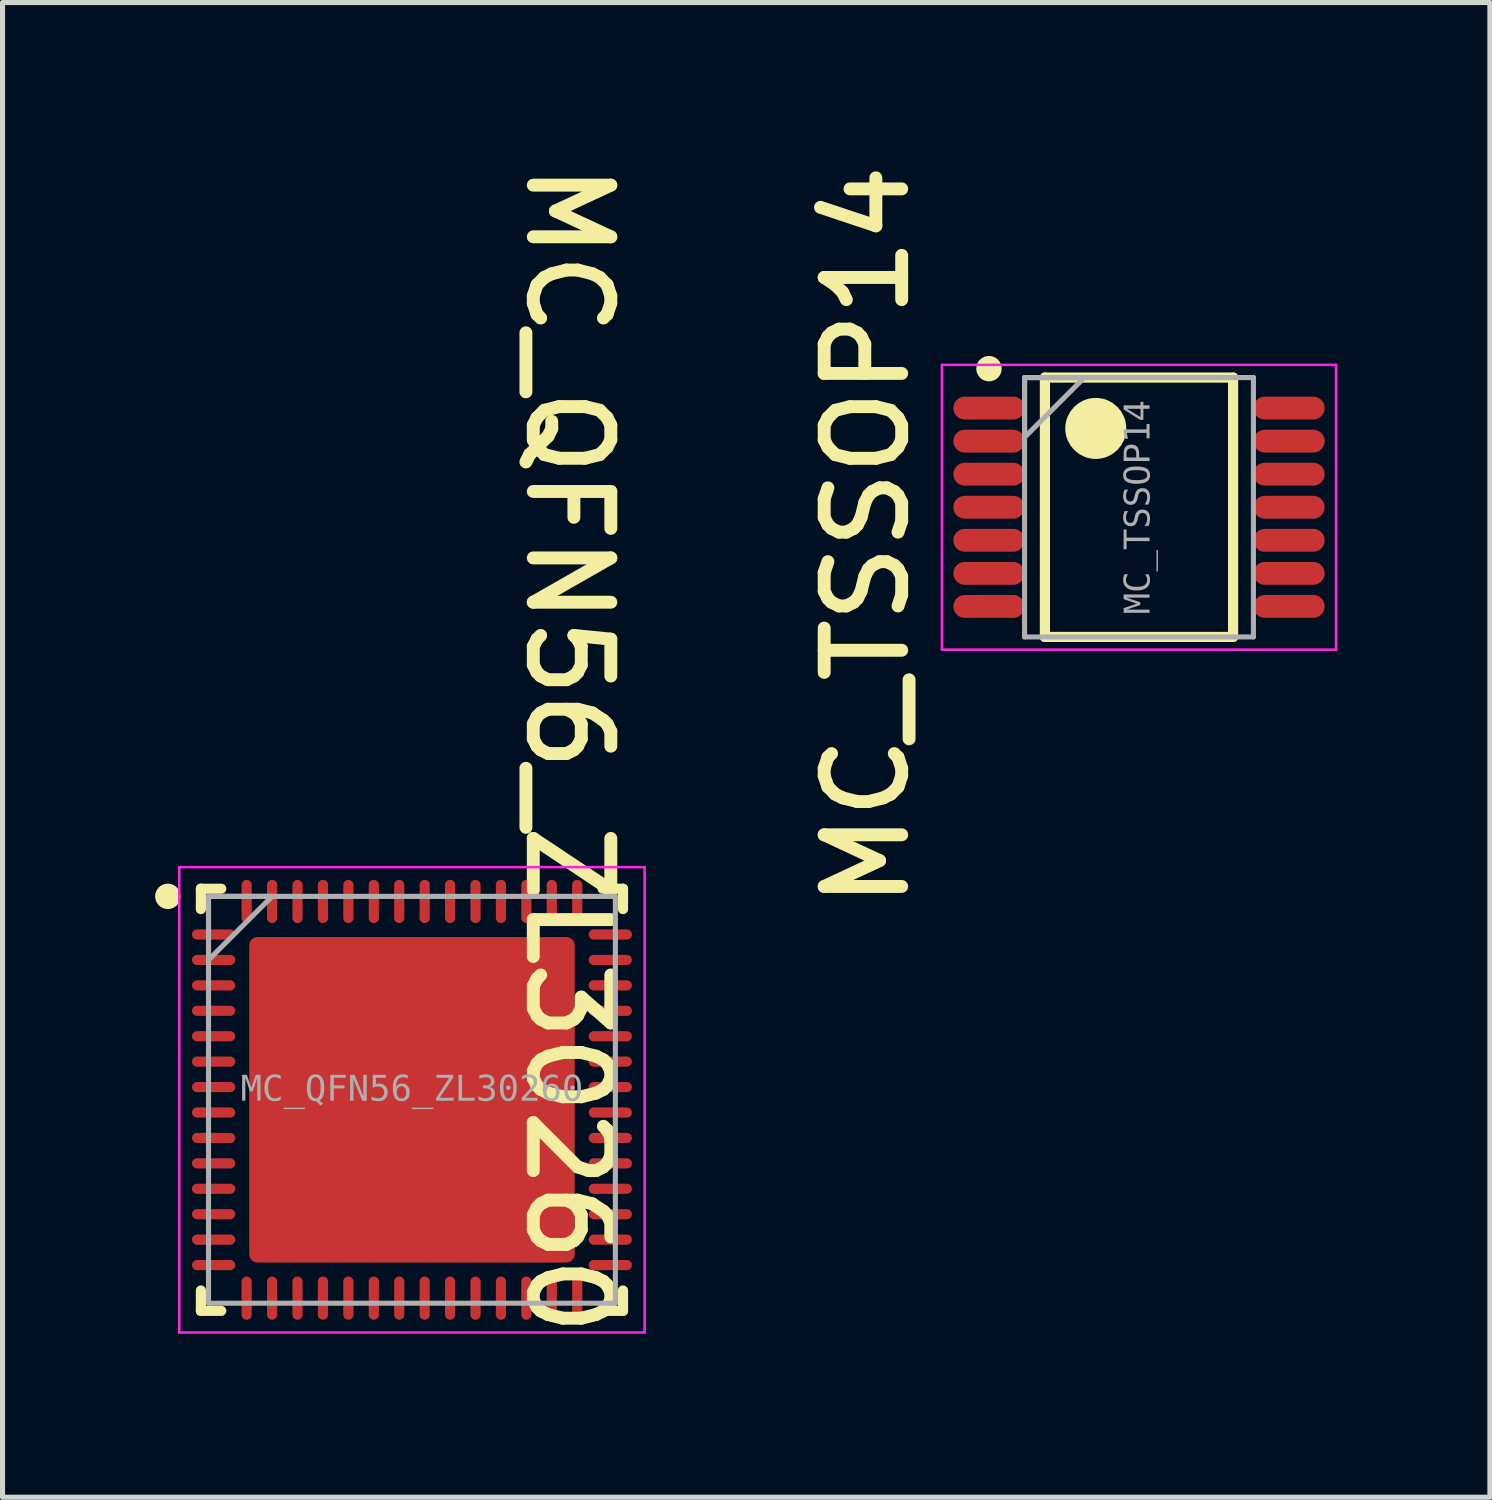
<source format=kicad_pcb>
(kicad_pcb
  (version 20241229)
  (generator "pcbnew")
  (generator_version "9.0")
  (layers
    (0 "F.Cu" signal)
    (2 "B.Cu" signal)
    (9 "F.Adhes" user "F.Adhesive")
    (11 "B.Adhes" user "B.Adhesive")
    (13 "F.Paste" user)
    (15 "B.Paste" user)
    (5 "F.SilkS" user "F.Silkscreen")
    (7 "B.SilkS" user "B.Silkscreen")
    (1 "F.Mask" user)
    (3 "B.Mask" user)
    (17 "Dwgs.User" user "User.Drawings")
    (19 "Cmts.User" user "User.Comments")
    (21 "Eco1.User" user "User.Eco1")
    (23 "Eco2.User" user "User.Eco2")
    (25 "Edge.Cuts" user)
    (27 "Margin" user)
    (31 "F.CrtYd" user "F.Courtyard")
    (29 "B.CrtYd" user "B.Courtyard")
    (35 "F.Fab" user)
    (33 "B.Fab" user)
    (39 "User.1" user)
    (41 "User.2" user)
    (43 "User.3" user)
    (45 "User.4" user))
  (footprint "MC_QFN56_ZL30260"
    (layer "F.Cu")
    (at 5.05 18.575)
    (property "Reference" "MC_QFN56_ZL30260" (at 3.078 -6.881 270) (unlocked yes) (layer "F.SilkS") (effects (font (size 1.524 1.524) (thickness 0.254))))
    (fp_line (start -4.15 -4.15) (end -4.15 -3.75) (stroke (width 0.2) (type solid)) (layer "F.SilkS"))
    (fp_line (start -4.15 -4.15) (end -3.75 -4.15) (stroke (width 0.2) (type solid)) (layer "F.SilkS"))
    (fp_line (start -4.15 3.75) (end -4.15 4.15) (stroke (width 0.2) (type solid)) (layer "F.SilkS"))
    (fp_line (start -4.15 4.15) (end -3.75 4.15) (stroke (width 0.2) (type solid)) (layer "F.SilkS"))
    (fp_line (start 3.75 -4.15) (end 4.15 -4.15) (stroke (width 0.2) (type solid)) (layer "F.SilkS"))
    (fp_line (start 3.75 4.15) (end 4.15 4.15) (stroke (width 0.2) (type solid)) (layer "F.SilkS"))
    (fp_line (start 4.15 -4.15) (end 4.15 -3.75) (stroke (width 0.2) (type solid)) (layer "F.SilkS"))
    (fp_line (start 4.15 3.75) (end 4.15 4.15) (stroke (width 0.2) (type solid)) (layer "F.SilkS"))
    (fp_circle (center -4.8 -4) (end -4.675 -4) (stroke (width 0.25) (type solid)) (fill no) (layer "F.SilkS"))
    (fp_poly (pts (xy -1.2 -3.1) (xy -3.1 -3.1) (xy -3.1 -1.2) (xy -1.2 -1.2)) (stroke (width 0) (type default)) (fill yes) (layer "F.Paste"))
    (fp_poly (pts (xy -1.2 -0.95) (xy -1.2 0.95) (xy -3.1 0.95) (xy -3.1 -0.95)) (stroke (width 0) (type default)) (fill yes) (layer "F.Paste"))
    (fp_poly (pts (xy -1.2 3.1) (xy -3.1 3.1) (xy -3.1 1.2) (xy -1.2 1.2)) (stroke (width 0) (type default)) (fill yes) (layer "F.Paste"))
    (fp_poly (pts (xy -0.95 -1.2) (xy 0.95 -1.2) (xy 0.95 -3.1) (xy -0.95 -3.1)) (stroke (width 0) (type default)) (fill yes) (layer "F.Paste"))
    (fp_poly (pts (xy -0.95 1.2) (xy 0.95 1.2) (xy 0.95 3.1) (xy -0.95 3.1)) (stroke (width 0) (type default)) (fill yes) (layer "F.Paste"))
    (fp_poly (pts (xy 0.95 -0.95) (xy 0.95 0.95) (xy -0.95 0.95) (xy -0.95 -0.95)) (stroke (width 0) (type default)) (fill yes) (layer "F.Paste"))
    (fp_poly (pts (xy 1.2 -3.1) (xy 3.1 -3.1) (xy 3.1 -1.2) (xy 1.2 -1.2)) (stroke (width 0) (type default)) (fill yes) (layer "F.Paste"))
    (fp_poly (pts (xy 1.2 3.1) (xy 3.1 3.1) (xy 3.1 1.2) (xy 1.2 1.2)) (stroke (width 0) (type default)) (fill yes) (layer "F.Paste"))
    (fp_poly (pts (xy 3.1 -0.95) (xy 3.1 0.95) (xy 1.2 0.95) (xy 1.2 -0.95)) (stroke (width 0) (type default)) (fill yes) (layer "F.Paste"))
    (fp_line (start -4.575 -4.575) (end -4.575 4.575) (stroke (width 0.05) (type solid)) (layer "F.CrtYd"))
    (fp_line (start -4.575 -4.575) (end 4.575 -4.575) (stroke (width 0.05) (type solid)) (layer "F.CrtYd"))
    (fp_line (start -4.575 4.575) (end 4.575 4.575) (stroke (width 0.05) (type solid)) (layer "F.CrtYd"))
    (fp_line (start 4.575 -4.575) (end 4.575 4.575) (stroke (width 0.05) (type solid)) (layer "F.CrtYd"))
    (fp_line (start -4 -4) (end -4 4) (stroke (width 0.1) (type solid)) (layer "F.Fab"))
    (fp_line (start -4 -4) (end 4 -4) (stroke (width 0.1) (type solid)) (layer "F.Fab"))
    (fp_line (start -4 4) (end 4 4) (stroke (width 0.1) (type solid)) (layer "F.Fab"))
    (fp_line (start 4 -4) (end 4 4) (stroke (width 0.1) (type solid)) (layer "F.Fab"))
    (fp_poly (pts (xy -4 -2.75) (xy -2.75 -4) (xy -4 -4)) (stroke (width 0.1) (type default)) (fill no) (layer "F.Fab"))
    (fp_line (start -0.5 0) (end 0.5 0) (stroke (width 0.1) (type solid)) (layer "User.1"))
    (fp_line (start 0 -0.5) (end 0 0.5) (stroke (width 0.1) (type solid)) (layer "User.1"))
    (fp_text user "${REFERENCE}" (at -0.000005 -0.189 0) (unlocked yes) (layer "F.Fab") (effects (font (face "Consolas") (size 0.5 0.5) (thickness 0.254))))
    (pad "1" smd oval (at -3.9 -3.25 90) (size 0.2 0.85) (layers "F.Cu" "F.Mask" "F.Paste"))
    (pad "2" smd oval (at -3.9 -2.75 90) (size 0.2 0.85) (layers "F.Cu" "F.Mask" "F.Paste"))
    (pad "3" smd oval (at -3.9 -2.25 90) (size 0.2 0.85) (layers "F.Cu" "F.Mask" "F.Paste"))
    (pad "4" smd oval (at -3.9 -1.75 90) (size 0.2 0.85) (layers "F.Cu" "F.Mask" "F.Paste"))
    (pad "5" smd oval (at -3.9 -1.25 90) (size 0.2 0.85) (layers "F.Cu" "F.Mask" "F.Paste"))
    (pad "6" smd oval (at -3.9 -0.75 90) (size 0.2 0.85) (layers "F.Cu" "F.Mask" "F.Paste"))
    (pad "7" smd oval (at -3.9 -0.25 90) (size 0.2 0.85) (layers "F.Cu" "F.Mask" "F.Paste"))
    (pad "8" smd oval (at -3.9 0.25 90) (size 0.2 0.85) (layers "F.Cu" "F.Mask" "F.Paste"))
    (pad "9" smd oval (at -3.9 0.75 90) (size 0.2 0.85) (layers "F.Cu" "F.Mask" "F.Paste"))
    (pad "10" smd oval (at -3.9 1.25 90) (size 0.2 0.85) (layers "F.Cu" "F.Mask" "F.Paste"))
    (pad "11" smd oval (at -3.9 1.75 90) (size 0.2 0.85) (layers "F.Cu" "F.Mask" "F.Paste"))
    (pad "12" smd oval (at -3.9 2.25 90) (size 0.2 0.85) (layers "F.Cu" "F.Mask" "F.Paste"))
    (pad "13" smd oval (at -3.9 2.75 90) (size 0.2 0.85) (layers "F.Cu" "F.Mask" "F.Paste"))
    (pad "14" smd oval (at -3.9 3.25 90) (size 0.2 0.85) (layers "F.Cu" "F.Mask" "F.Paste"))
    (pad "15" smd oval (at -3.25 3.9) (size 0.2 0.85) (layers "F.Cu" "F.Mask" "F.Paste"))
    (pad "16" smd oval (at -2.75 3.9) (size 0.2 0.85) (layers "F.Cu" "F.Mask" "F.Paste"))
    (pad "17" smd oval (at -2.25 3.9) (size 0.2 0.85) (layers "F.Cu" "F.Mask" "F.Paste"))
    (pad "18" smd oval (at -1.75 3.9) (size 0.2 0.85) (layers "F.Cu" "F.Mask" "F.Paste"))
    (pad "19" smd oval (at -1.25 3.9) (size 0.2 0.85) (layers "F.Cu" "F.Mask" "F.Paste"))
    (pad "20" smd oval (at -0.75 3.9) (size 0.2 0.85) (layers "F.Cu" "F.Mask" "F.Paste"))
    (pad "21" smd oval (at -0.25 3.9) (size 0.2 0.85) (layers "F.Cu" "F.Mask" "F.Paste"))
    (pad "22" smd oval (at 0.25 3.9) (size 0.2 0.85) (layers "F.Cu" "F.Mask" "F.Paste"))
    (pad "23" smd oval (at 0.75 3.9) (size 0.2 0.85) (layers "F.Cu" "F.Mask" "F.Paste"))
    (pad "24" smd oval (at 1.25 3.9) (size 0.2 0.85) (layers "F.Cu" "F.Mask" "F.Paste"))
    (pad "25" smd oval (at 1.75 3.9) (size 0.2 0.85) (layers "F.Cu" "F.Mask" "F.Paste"))
    (pad "26" smd oval (at 2.25 3.9) (size 0.2 0.85) (layers "F.Cu" "F.Mask" "F.Paste"))
    (pad "27" smd oval (at 2.75 3.9) (size 0.2 0.85) (layers "F.Cu" "F.Mask" "F.Paste"))
    (pad "28" smd oval (at 3.25 3.9) (size 0.2 0.85) (layers "F.Cu" "F.Mask" "F.Paste"))
    (pad "29" smd oval (at 3.9 3.25 90) (size 0.2 0.85) (layers "F.Cu" "F.Mask" "F.Paste"))
    (pad "30" smd oval (at 3.9 2.75 90) (size 0.2 0.85) (layers "F.Cu" "F.Mask" "F.Paste"))
    (pad "31" smd oval (at 3.9 2.25 90) (size 0.2 0.85) (layers "F.Cu" "F.Mask" "F.Paste"))
    (pad "32" smd oval (at 3.9 1.75 90) (size 0.2 0.85) (layers "F.Cu" "F.Mask" "F.Paste"))
    (pad "33" smd oval (at 3.9 1.25 90) (size 0.2 0.85) (layers "F.Cu" "F.Mask" "F.Paste"))
    (pad "34" smd oval (at 3.9 0.75 90) (size 0.2 0.85) (layers "F.Cu" "F.Mask" "F.Paste"))
    (pad "35" smd oval (at 3.9 0.25 90) (size 0.2 0.85) (layers "F.Cu" "F.Mask" "F.Paste"))
    (pad "36" smd oval (at 3.9 -0.25 90) (size 0.2 0.85) (layers "F.Cu" "F.Mask" "F.Paste"))
    (pad "37" smd oval (at 3.9 -0.75 90) (size 0.2 0.85) (layers "F.Cu" "F.Mask" "F.Paste"))
    (pad "38" smd oval (at 3.9 -1.25 90) (size 0.2 0.85) (layers "F.Cu" "F.Mask" "F.Paste"))
    (pad "39" smd oval (at 3.9 -1.75 90) (size 0.2 0.85) (layers "F.Cu" "F.Mask" "F.Paste"))
    (pad "40" smd oval (at 3.9 -2.25 90) (size 0.2 0.85) (layers "F.Cu" "F.Mask" "F.Paste"))
    (pad "41" smd oval (at 3.9 -2.75 90) (size 0.2 0.85) (layers "F.Cu" "F.Mask" "F.Paste"))
    (pad "42" smd oval (at 3.9 -3.25 90) (size 0.2 0.85) (layers "F.Cu" "F.Mask" "F.Paste"))
    (pad "43" smd oval (at 3.25 -3.9) (size 0.2 0.85) (layers "F.Cu" "F.Mask" "F.Paste"))
    (pad "44" smd oval (at 2.75 -3.9) (size 0.2 0.85) (layers "F.Cu" "F.Mask" "F.Paste"))
    (pad "45" smd oval (at 2.25 -3.9) (size 0.2 0.85) (layers "F.Cu" "F.Mask" "F.Paste"))
    (pad "46" smd oval (at 1.75 -3.9) (size 0.2 0.85) (layers "F.Cu" "F.Mask" "F.Paste"))
    (pad "47" smd oval (at 1.25 -3.9) (size 0.2 0.85) (layers "F.Cu" "F.Mask" "F.Paste"))
    (pad "48" smd oval (at 0.75 -3.9) (size 0.2 0.85) (layers "F.Cu" "F.Mask" "F.Paste"))
    (pad "49" smd oval (at 0.25 -3.9) (size 0.2 0.85) (layers "F.Cu" "F.Mask" "F.Paste"))
    (pad "50" smd oval (at -0.25 -3.9) (size 0.2 0.85) (layers "F.Cu" "F.Mask" "F.Paste"))
    (pad "51" smd oval (at -0.75 -3.9) (size 0.2 0.85) (layers "F.Cu" "F.Mask" "F.Paste"))
    (pad "52" smd oval (at -1.25 -3.9) (size 0.2 0.85) (layers "F.Cu" "F.Mask" "F.Paste"))
    (pad "53" smd oval (at -1.75 -3.9) (size 0.2 0.85) (layers "F.Cu" "F.Mask" "F.Paste"))
    (pad "54" smd oval (at -2.25 -3.9) (size 0.2 0.85) (layers "F.Cu" "F.Mask" "F.Paste"))
    (pad "55" smd oval (at -2.75 -3.9) (size 0.2 0.85) (layers "F.Cu" "F.Mask" "F.Paste"))
    (pad "56" smd oval (at -3.25 -3.9) (size 0.2 0.85) (layers "F.Cu" "F.Mask" "F.Paste"))
    (pad "57" smd roundrect (at 0 0) (size 6.4 6.4) (layers "F.Cu" "F.Mask" "F.Paste") (roundrect_rratio 0.025)))
  (footprint "MC_TSSOP14"
    (layer "F.Cu")
    (at 19.346 6.924)
    (property "Reference" "MC_TSSOP14" (at -5.358 0.562 90) (unlocked yes) (layer "F.SilkS") (effects (font (size 1.524 1.524) (thickness 0.254))))
    (fp_line (start -1.85 2.55) (end -1.85 -2.55) (stroke (width 0.2) (type solid)) (layer "F.SilkS"))
    (fp_line (start 1.85 -2.55) (end -1.85 -2.55) (stroke (width 0.2) (type solid)) (layer "F.SilkS"))
    (fp_line (start 1.85 2.55) (end -1.85 2.55) (stroke (width 0.2) (type solid)) (layer "F.SilkS"))
    (fp_line (start 1.85 2.55) (end 1.85 -2.55) (stroke (width 0.2) (type solid)) (layer "F.SilkS"))
    (fp_circle (center -2.95 -2.725) (end -3.075 -2.725) (stroke (width 0.25) (type solid)) (fill no) (layer "F.SilkS"))
    (fp_circle (center -0.85 -1.55) (end -1.15 -1.55) (stroke (width 0.6) (type solid)) (fill no) (layer "F.SilkS"))
    (fp_line (start -3.875 2.8) (end -3.875 -2.8) (stroke (width 0.05) (type solid)) (layer "F.CrtYd"))
    (fp_line (start 3.875 -2.8) (end -3.875 -2.8) (stroke (width 0.05) (type solid)) (layer "F.CrtYd"))
    (fp_line (start 3.875 2.8) (end -3.875 2.8) (stroke (width 0.05) (type solid)) (layer "F.CrtYd"))
    (fp_line (start 3.875 2.8) (end 3.875 -2.8) (stroke (width 0.05) (type solid)) (layer "F.CrtYd"))
    (fp_line (start -2.25 2.55) (end -2.25 -2.55) (stroke (width 0.1) (type solid)) (layer "F.Fab"))
    (fp_line (start 2.25 -2.55) (end -2.25 -2.55) (stroke (width 0.1) (type solid)) (layer "F.Fab"))
    (fp_line (start 2.25 2.55) (end -2.25 2.55) (stroke (width 0.1) (type solid)) (layer "F.Fab"))
    (fp_line (start 2.25 2.55) (end 2.25 -2.55) (stroke (width 0.1) (type solid)) (layer "F.Fab"))
    (fp_poly (pts (xy -2.25 -1.375) (xy -1.075 -2.55) (xy -2.25 -2.55)) (stroke (width 0.1) (type default)) (fill no) (layer "F.Fab"))
    (fp_line (start 0 0.5) (end 0 -0.5) (stroke (width 0.1) (type solid)) (layer "User.1"))
    (fp_line (start 0.5 0) (end -0.5 0) (stroke (width 0.1) (type solid)) (layer "User.1"))
    (fp_text user "${REFERENCE}" (at 0 0 90) (unlocked yes) (layer "F.Fab") (effects (font (face "Consolas") (size 0.5 0.5) (thickness 0.254))))
    (pad "1" smd oval (at -2.95 -1.95 90) (size 0.45 1.4) (layers "F.Cu" "F.Mask" "F.Paste"))
    (pad "2" smd oval (at -2.95 -1.3 90) (size 0.45 1.4) (layers "F.Cu" "F.Mask" "F.Paste"))
    (pad "3" smd oval (at -2.95 -0.65 90) (size 0.45 1.4) (layers "F.Cu" "F.Mask" "F.Paste"))
    (pad "4" smd oval (at -2.95 0 90) (size 0.45 1.4) (layers "F.Cu" "F.Mask" "F.Paste"))
    (pad "5" smd oval (at -2.95 0.65 90) (size 0.45 1.4) (layers "F.Cu" "F.Mask" "F.Paste"))
    (pad "6" smd oval (at -2.95 1.3 90) (size 0.45 1.4) (layers "F.Cu" "F.Mask" "F.Paste"))
    (pad "7" smd oval (at -2.95 1.95 90) (size 0.45 1.4) (layers "F.Cu" "F.Mask" "F.Paste"))
    (pad "8" smd oval (at 2.95 1.95 90) (size 0.45 1.4) (layers "F.Cu" "F.Mask" "F.Paste"))
    (pad "9" smd oval (at 2.95 1.3 90) (size 0.45 1.4) (layers "F.Cu" "F.Mask" "F.Paste"))
    (pad "10" smd oval (at 2.95 0.65 90) (size 0.45 1.4) (layers "F.Cu" "F.Mask" "F.Paste"))
    (pad "11" smd oval (at 2.95 0 90) (size 0.45 1.4) (layers "F.Cu" "F.Mask" "F.Paste"))
    (pad "12" smd oval (at 2.95 -0.65 90) (size 0.45 1.4) (layers "F.Cu" "F.Mask" "F.Paste"))
    (pad "13" smd oval (at 2.95 -1.3 90) (size 0.45 1.4) (layers "F.Cu" "F.Mask" "F.Paste"))
    (pad "14" smd oval (at 2.95 -1.95 90) (size 0.45 1.4) (layers "F.Cu" "F.Mask" "F.Paste")))
  (gr_rect
    (start -3 -3)
    (end 26.246 26.39)
    (stroke (width 0.1) (type default))
    (fill no)
    (layer "Edge.Cuts")))
</source>
